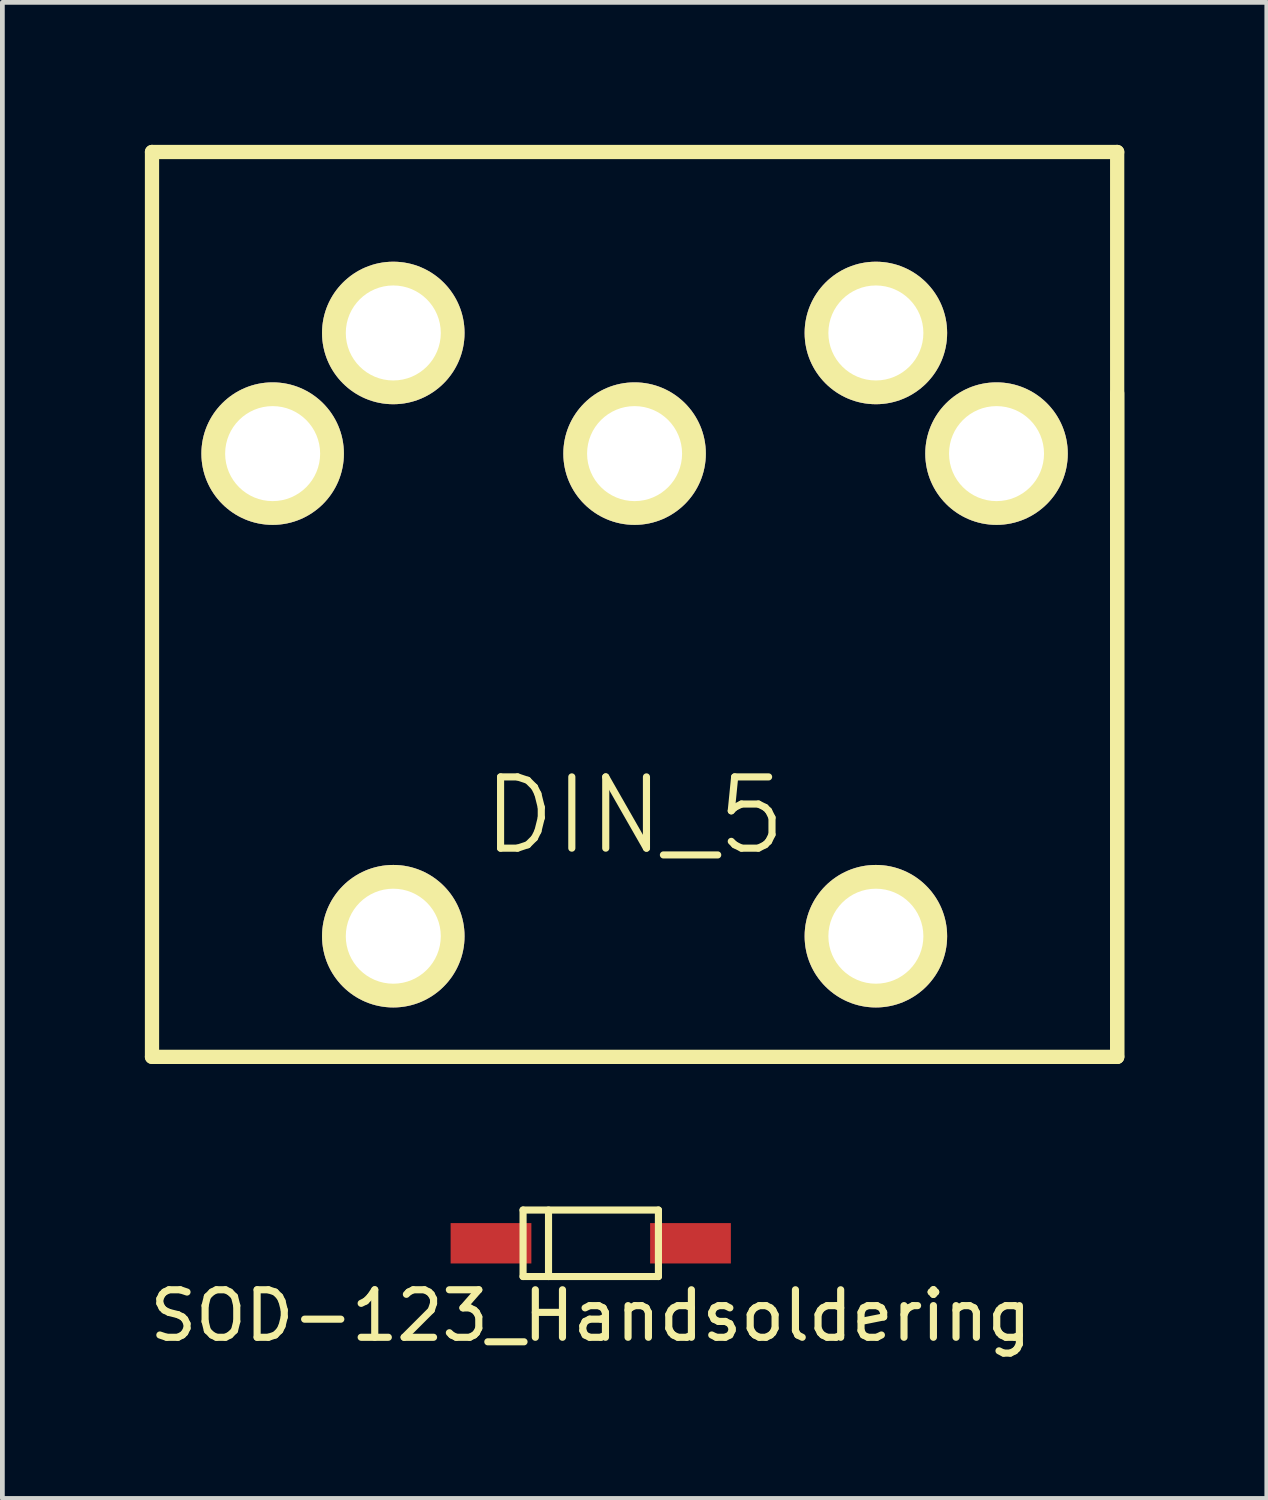
<source format=kicad_pcb>
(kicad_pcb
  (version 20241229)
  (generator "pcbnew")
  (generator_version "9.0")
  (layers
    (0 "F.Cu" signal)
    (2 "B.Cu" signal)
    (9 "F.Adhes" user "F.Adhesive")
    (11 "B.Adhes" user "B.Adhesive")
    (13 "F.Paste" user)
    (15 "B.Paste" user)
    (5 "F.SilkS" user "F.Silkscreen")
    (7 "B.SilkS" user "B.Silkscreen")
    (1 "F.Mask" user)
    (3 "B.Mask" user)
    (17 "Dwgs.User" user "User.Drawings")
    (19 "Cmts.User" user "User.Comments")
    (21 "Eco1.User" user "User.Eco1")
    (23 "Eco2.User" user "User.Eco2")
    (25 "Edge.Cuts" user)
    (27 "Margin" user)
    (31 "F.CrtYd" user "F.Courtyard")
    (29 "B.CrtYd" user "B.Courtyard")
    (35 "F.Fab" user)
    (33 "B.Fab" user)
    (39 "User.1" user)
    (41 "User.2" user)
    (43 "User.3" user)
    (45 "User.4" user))
  (footprint "SOD-123_Handsoldering"
    (layer "F.Cu")
    (at 9.387 23.125)
    (property "Reference" "SOD-123_Handsoldering" (at 0 1.524 0) (layer "F.SilkS") (effects (font (size 1 1) (thickness 0.15))))
    (attr through_hole)
    (fp_line (start -1.425 -0.7) (end -1.425 0.7) (stroke (width 0.15) (type solid)) (layer "F.SilkS"))
    (fp_line (start -1.425 -0.7) (end 1.425 -0.7) (stroke (width 0.15) (type solid)) (layer "F.SilkS"))
    (fp_line (start -1.425 0.7) (end 1.425 0.7) (stroke (width 0.15) (type solid)) (layer "F.SilkS"))
    (fp_line (start -0.889 -0.7) (end -0.889 0.7) (stroke (width 0.15) (type solid)) (layer "F.SilkS"))
    (fp_line (start 1.425 -0.7) (end 1.425 0.7) (stroke (width 0.15) (type solid)) (layer "F.SilkS"))
    (pad "1" smd rect (at 2.1 0) (size 1.7 0.85) (layers "F.Cu" "F.Mask" "F.Paste"))
    (pad "2" smd rect (at -2.1 0) (size 1.7 0.85) (layers "F.Cu" "F.Mask" "F.Paste")))
  (footprint "DIN_5"
    (layer "F.Cu")
    (at 10.31 6.5)
    (property "Reference" "DIN_5" (at 0 7.62 0) (layer "F.SilkS") (effects (font (size 1.5 1.5) (thickness 0.15))))
    (attr through_hole)
    (fp_line (start -10.16 -6.35) (end -10.16 12.7) (stroke (width 0.3) (type solid)) (layer "F.SilkS"))
    (fp_line (start -10.16 -6.35) (end 10.16 -6.35) (stroke (width 0.3) (type solid)) (layer "F.SilkS"))
    (fp_line (start -10.16 12.7) (end 10.16 12.7) (stroke (width 0.3) (type solid)) (layer "F.SilkS"))
    (fp_line (start 10.16 -1.27) (end 10.16 12.7) (stroke (width 0.3) (type solid)) (layer "F.SilkS"))
    (fp_line (start 10.16 12.7) (end 10.16 -6.35) (stroke (width 0.3) (type solid)) (layer "F.SilkS"))
    (pad "1" thru_hole circle (at 7.62 0) (size 3 3) (drill 2) (layers "*.Cu" "*.Mask" "F.SilkS"))
    (pad "2" thru_hole circle (at 0 0) (size 3 3) (drill 2) (layers "*.Cu" "*.Mask" "F.SilkS"))
    (pad "3" thru_hole circle (at -7.62 0) (size 3 3) (drill 2) (layers "*.Cu" "*.Mask" "F.SilkS"))
    (pad "4" thru_hole circle (at 5.08 -2.54) (size 3 3) (drill 2) (layers "*.Cu" "*.Mask" "F.SilkS"))
    (pad "5" thru_hole circle (at -5.08 -2.54) (size 3 3) (drill 2) (layers "*.Cu" "*.Mask" "F.SilkS"))
    (pad "6" thru_hole circle (at -5.08 10.16) (size 3 3) (drill 2) (layers "*.Cu" "*.Mask" "F.SilkS"))
    (pad "7" thru_hole circle (at 5.08 10.16) (size 3 3) (drill 2) (layers "*.Cu" "*.Mask" "F.SilkS")))
  (gr_rect
    (start -3 -3)
    (end 23.62 28.497)
    (stroke (width 0.1) (type default))
    (fill no)
    (layer "Edge.Cuts")))
</source>
